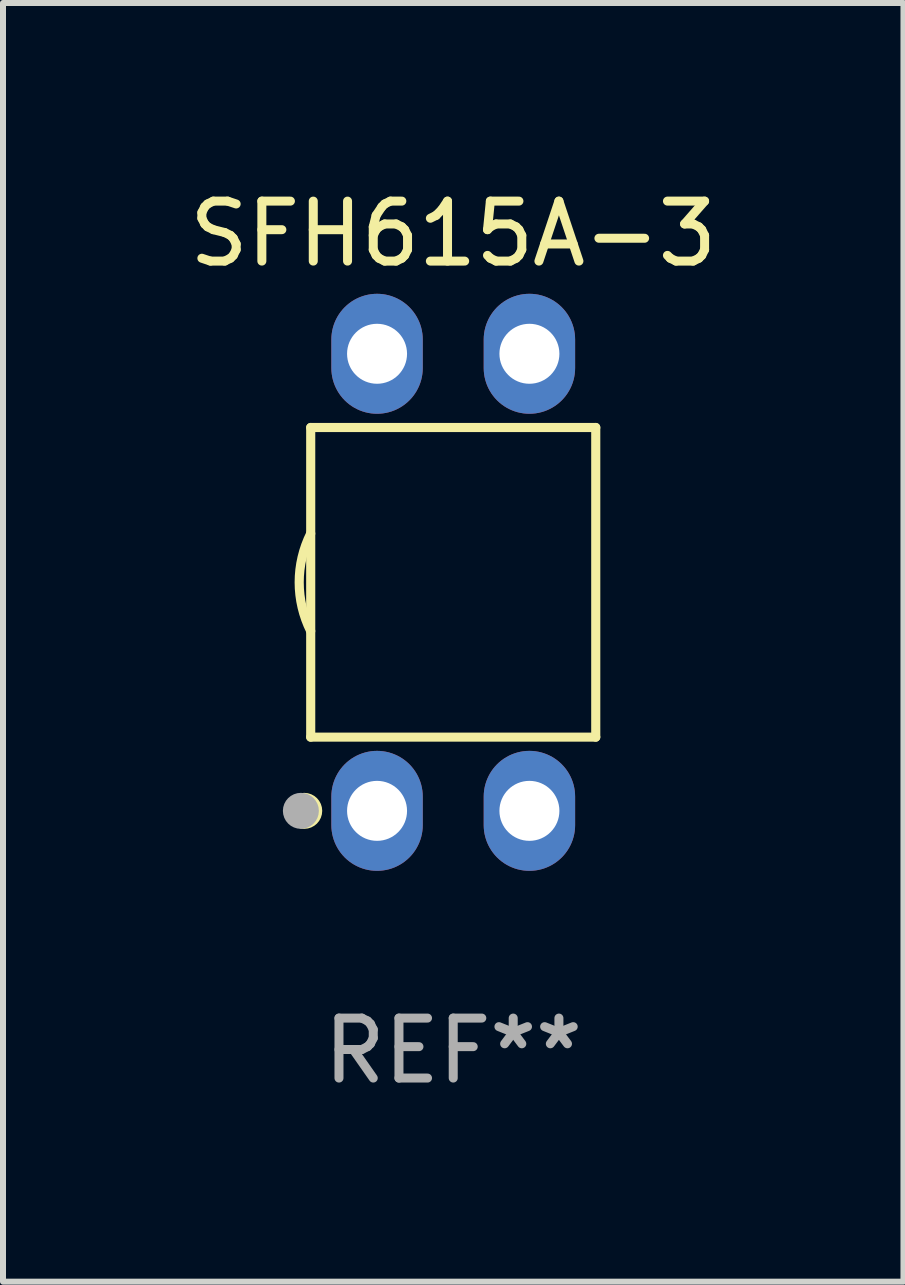
<source format=kicad_pcb>
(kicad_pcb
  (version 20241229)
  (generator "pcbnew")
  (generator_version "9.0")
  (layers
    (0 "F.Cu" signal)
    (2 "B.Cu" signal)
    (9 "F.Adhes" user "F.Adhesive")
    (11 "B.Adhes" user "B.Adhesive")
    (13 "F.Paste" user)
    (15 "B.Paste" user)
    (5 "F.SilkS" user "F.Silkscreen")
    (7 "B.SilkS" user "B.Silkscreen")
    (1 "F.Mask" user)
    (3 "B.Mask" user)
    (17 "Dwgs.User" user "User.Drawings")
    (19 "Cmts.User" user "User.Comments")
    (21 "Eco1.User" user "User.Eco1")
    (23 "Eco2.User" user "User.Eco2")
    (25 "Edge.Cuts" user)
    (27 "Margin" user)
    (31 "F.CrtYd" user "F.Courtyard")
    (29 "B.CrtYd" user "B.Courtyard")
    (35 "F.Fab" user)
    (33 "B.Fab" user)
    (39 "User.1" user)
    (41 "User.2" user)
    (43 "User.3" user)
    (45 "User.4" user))
  (footprint "SFH615A-3"
    (layer "F.Cu")
    (at 4.506 6.658)
    (property "Reference" "SFH615A-3" (at 0 -5.81 0) (layer "F.SilkS") (effects (font (size 1 1) (thickness 0.15))))
    (attr through_hole)
    (fp_line (start -2.376 -2.581) (end 2.376 -2.581) (stroke (width 0.152) (type solid)) (layer "F.SilkS"))
    (fp_line (start -2.376 2.581) (end -2.376 -2.581) (stroke (width 0.152) (type solid)) (layer "F.SilkS"))
    (fp_line (start 2.376 -2.581) (end 2.376 2.581) (stroke (width 0.152) (type solid)) (layer "F.SilkS"))
    (fp_line (start 2.376 2.581) (end -2.376 2.581) (stroke (width 0.152) (type solid)) (layer "F.SilkS"))
    (fp_arc (start -2.3762 0.812496) (mid -2.568004 0) (end -2.3762 -0.812497) (stroke (width 0.1524) (type solid)) (layer "F.SilkS"))
    (fp_circle (center -2.484 3.81) (end -2.334 3.81) (stroke (width 0.3) (type solid)) (fill no) (layer "F.SilkS"))
    (fp_circle (center -2.3 3.935) (end -2.27 3.935) (stroke (width 0.06) (type solid)) (fill no) (layer "F.SilkS"))
    (fp_circle (center -2.54 3.81) (end -2.39 3.81) (stroke (width 0.3) (type solid)) (fill no) (layer "F.Fab"))
    (fp_text user "REF**" (at 0 7.81 0) (layer "F.Fab") (effects (font (size 1 1) (thickness 0.15))))
    (pad "1" thru_hole oval (at -1.27 3.81) (size 1.524 2) (drill 1) (layers "*.Cu" "*.Mask"))
    (pad "2" thru_hole oval (at 1.27 3.81) (size 1.524 2) (drill 1) (layers "*.Cu" "*.Mask"))
    (pad "3" thru_hole oval (at 1.27 -3.81) (size 1.524 2) (drill 1) (layers "*.Cu" "*.Mask"))
    (pad "4" thru_hole oval (at -1.27 -3.81) (size 1.524 2) (drill 1) (layers "*.Cu" "*.Mask")))
  (gr_rect
    (start -3 -3)
    (end 12.012 18.317)
    (stroke (width 0.1) (type default))
    (fill no)
    (layer "Edge.Cuts")))
</source>
